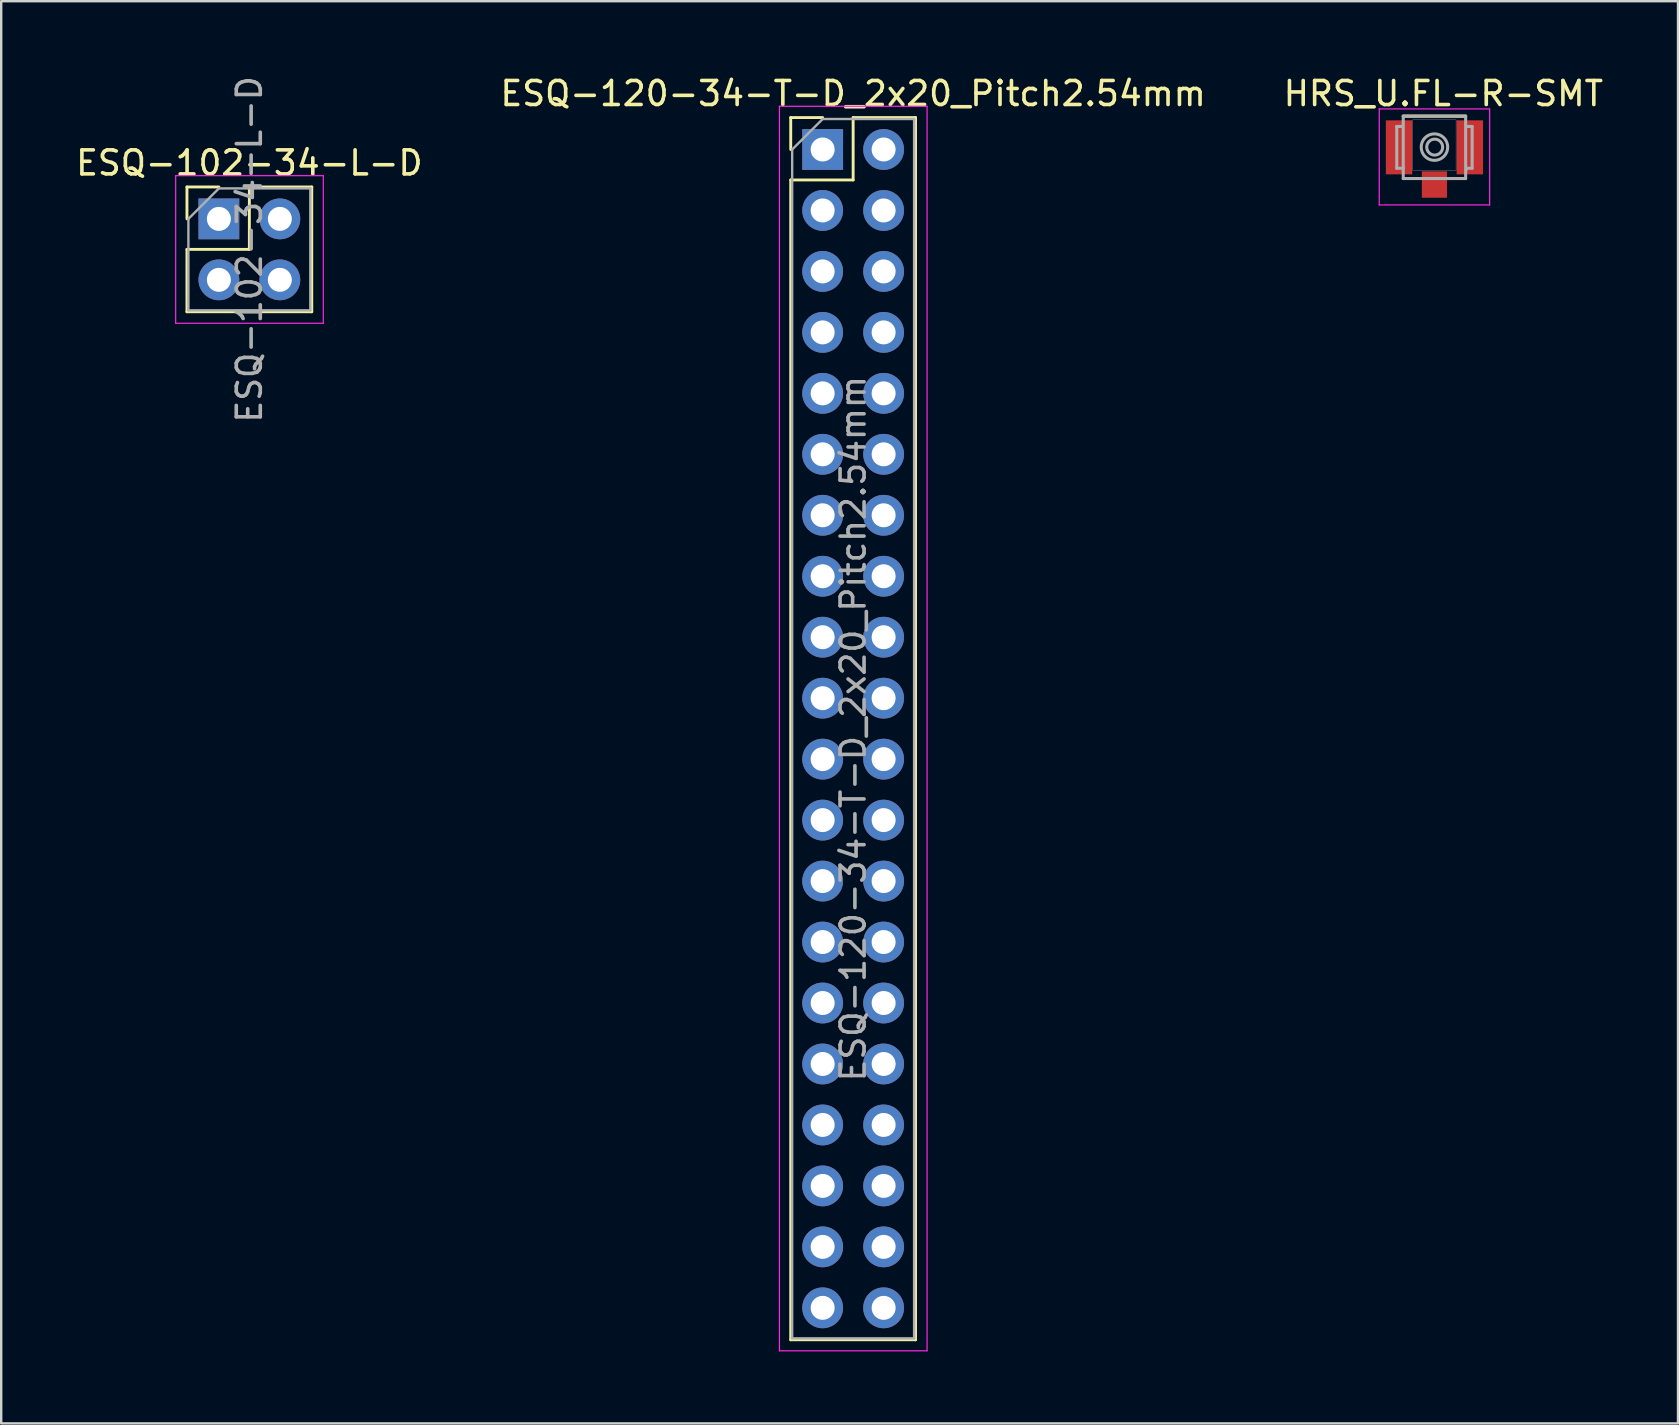
<source format=kicad_pcb>
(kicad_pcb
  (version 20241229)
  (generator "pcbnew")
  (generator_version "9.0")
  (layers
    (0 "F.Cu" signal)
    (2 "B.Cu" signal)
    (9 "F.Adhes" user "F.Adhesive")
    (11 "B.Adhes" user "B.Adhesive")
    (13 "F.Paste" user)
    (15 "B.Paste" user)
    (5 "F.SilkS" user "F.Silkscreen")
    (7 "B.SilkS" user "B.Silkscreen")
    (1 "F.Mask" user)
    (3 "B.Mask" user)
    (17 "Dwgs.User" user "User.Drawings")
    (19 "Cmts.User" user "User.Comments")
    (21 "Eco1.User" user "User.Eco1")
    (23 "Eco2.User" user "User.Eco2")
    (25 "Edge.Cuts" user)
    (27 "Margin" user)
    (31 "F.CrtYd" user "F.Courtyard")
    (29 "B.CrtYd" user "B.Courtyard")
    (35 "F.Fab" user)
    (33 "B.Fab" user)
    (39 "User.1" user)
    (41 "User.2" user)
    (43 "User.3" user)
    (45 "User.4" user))
  (footprint "HRS_U.FL-R-SMT"
    (layer "F.Cu")
    (at 56.713 3.089)
    (property "Reference" "HRS_U.FL-R-SMT" (at 0.371 -2.24 0) (layer "F.SilkS") (effects (font (size 1.001 1.001) (thickness 0.15))))
    (attr through_hole)
    (fp_line (start 1.3 -1.3) (end -1.3 -1.3) (stroke (width 0.127) (type solid)) (layer "F.SilkS"))
    (fp_poly (pts (xy -0.903 -1.15) (xy 0.9 -1.15) (xy 0.9 0.963) (xy -0.903 0.963)) (stroke (width 0.01) (type solid)) (fill no) (layer "Dwgs.User"))
    (fp_line (start -2.3 -1.6) (end -2.3 2.4) (stroke (width 0.05) (type solid)) (layer "F.CrtYd"))
    (fp_line (start -2.3 2.4) (end 2.3 2.4) (stroke (width 0.05) (type solid)) (layer "F.CrtYd"))
    (fp_line (start 2.3 -1.6) (end -2.3 -1.6) (stroke (width 0.05) (type solid)) (layer "F.CrtYd"))
    (fp_line (start 2.3 2.4) (end 2.3 -1.6) (stroke (width 0.05) (type solid)) (layer "F.CrtYd"))
    (fp_line (start -1.57 -0.87) (end -1.57 0.87) (stroke (width 0.127) (type solid)) (layer "F.Fab"))
    (fp_line (start -1.57 -0.87) (end -1.33 -0.87) (stroke (width 0.127) (type solid)) (layer "F.Fab"))
    (fp_line (start -1.57 0.87) (end -1.3 0.87) (stroke (width 0.127) (type solid)) (layer "F.Fab"))
    (fp_line (start -1.33 -0.87) (end -1.33 -0.88) (stroke (width 0.127) (type solid)) (layer "F.Fab"))
    (fp_line (start -1.3 -1.3) (end 1.3 -1.3) (stroke (width 0.127) (type solid)) (layer "F.Fab"))
    (fp_line (start -1.3 0.87) (end -1.3 -1.3) (stroke (width 0.127) (type solid)) (layer "F.Fab"))
    (fp_line (start -1.3 1.3) (end -1.3 0.87) (stroke (width 0.127) (type solid)) (layer "F.Fab"))
    (fp_line (start -1.3 1.3) (end 1.3 1.3) (stroke (width 0.127) (type solid)) (layer "F.Fab"))
    (fp_line (start 1.3 -1.3) (end 1.3 1.3) (stroke (width 0.127) (type solid)) (layer "F.Fab"))
    (fp_line (start 1.34 0.9) (end 1.34 0.91) (stroke (width 0.127) (type solid)) (layer "F.Fab"))
    (fp_line (start 1.38 -0.87) (end 1.57 -0.87) (stroke (width 0.127) (type solid)) (layer "F.Fab"))
    (fp_line (start 1.57 -0.87) (end 1.57 0.87) (stroke (width 0.127) (type solid)) (layer "F.Fab"))
    (fp_line (start 1.57 0.87) (end 1.34 0.87) (stroke (width 0.127) (type solid)) (layer "F.Fab"))
    (fp_circle (center 0 -0.01) (end 0.552 -0.01) (stroke (width 0.127) (type solid)) (fill no) (layer "F.Fab"))
    (fp_circle (center 0.01 -0.01) (end 0.342 -0.01) (stroke (width 0.127) (type solid)) (fill no) (layer "F.Fab"))
    (pad "1" smd rect (at -1.475 0) (size 1.1 2.25) (layers "F.Cu" "F.Mask" "F.Paste"))
    (pad "2" smd rect (at 1.475 0) (size 1.1 2.25) (layers "F.Cu" "F.Mask" "F.Paste"))
    (pad "3" smd rect (at 0 1.55) (size 1.05 1.1) (layers "F.Cu" "F.Mask" "F.Paste")))
  (footprint "ESQ-102-34-L-D"
    (layer "F.Cu")
    (at 6.069 6.069)
    (property "Reference" "ESQ-102-34-L-D" (at 1.27 -2.33 0) (layer "F.SilkS") (effects (font (size 1 1) (thickness 0.15))))
    (attr through_hole)
    (fp_line (start -1.33 -1.33) (end 0 -1.33) (stroke (width 0.12) (type solid)) (layer "F.SilkS"))
    (fp_line (start -1.33 0) (end -1.33 -1.33) (stroke (width 0.12) (type solid)) (layer "F.SilkS"))
    (fp_line (start -1.33 1.27) (end -1.33 3.87) (stroke (width 0.12) (type solid)) (layer "F.SilkS"))
    (fp_line (start -1.33 1.27) (end 1.27 1.27) (stroke (width 0.12) (type solid)) (layer "F.SilkS"))
    (fp_line (start -1.33 3.87) (end 3.87 3.87) (stroke (width 0.12) (type solid)) (layer "F.SilkS"))
    (fp_line (start 1.27 -1.33) (end 3.87 -1.33) (stroke (width 0.12) (type solid)) (layer "F.SilkS"))
    (fp_line (start 1.27 1.27) (end 1.27 -1.33) (stroke (width 0.12) (type solid)) (layer "F.SilkS"))
    (fp_line (start 3.87 -1.33) (end 3.87 3.87) (stroke (width 0.12) (type solid)) (layer "F.SilkS"))
    (fp_line (start -1.8 -1.8) (end -1.8 4.35) (stroke (width 0.05) (type solid)) (layer "F.CrtYd"))
    (fp_line (start -1.8 4.35) (end 4.35 4.35) (stroke (width 0.05) (type solid)) (layer "F.CrtYd"))
    (fp_line (start 4.35 -1.8) (end -1.8 -1.8) (stroke (width 0.05) (type solid)) (layer "F.CrtYd"))
    (fp_line (start 4.35 4.35) (end 4.35 -1.8) (stroke (width 0.05) (type solid)) (layer "F.CrtYd"))
    (fp_line (start -1.27 0) (end 0 -1.27) (stroke (width 0.1) (type solid)) (layer "F.Fab"))
    (fp_line (start -1.27 3.81) (end -1.27 0) (stroke (width 0.1) (type solid)) (layer "F.Fab"))
    (fp_line (start 0 -1.27) (end 3.81 -1.27) (stroke (width 0.1) (type solid)) (layer "F.Fab"))
    (fp_line (start 3.81 -1.27) (end 3.81 3.81) (stroke (width 0.1) (type solid)) (layer "F.Fab"))
    (fp_line (start 3.81 3.81) (end -1.27 3.81) (stroke (width 0.1) (type solid)) (layer "F.Fab"))
    (fp_text user "${REFERENCE}" (at 1.27 1.27 90) (layer "F.Fab") (effects (font (size 1 1) (thickness 0.15))))
    (pad "1" thru_hole rect (at 0 0) (size 1.7 1.7) (drill 1) (layers "*.Cu" "*.Mask"))
    (pad "2" thru_hole oval (at 2.54 0) (size 1.7 1.7) (drill 1) (layers "*.Cu" "*.Mask"))
    (pad "3" thru_hole oval (at 0 2.54) (size 1.7 1.7) (drill 1) (layers "*.Cu" "*.Mask"))
    (pad "4" thru_hole oval (at 2.54 2.54) (size 1.7 1.7) (drill 1) (layers "*.Cu" "*.Mask")))
  (footprint "ESQ-120-34-T-D_2x20_Pitch2.54mm"
    (layer "F.Cu")
    (at 31.224 3.178)
    (property "Reference" "ESQ-120-34-T-D_2x20_Pitch2.54mm" (at 1.27 -2.33 0) (layer "F.SilkS") (effects (font (size 1 1) (thickness 0.15))))
    (attr through_hole)
    (fp_line (start -1.33 -1.33) (end 0 -1.33) (stroke (width 0.12) (type solid)) (layer "F.SilkS"))
    (fp_line (start -1.33 0) (end -1.33 -1.33) (stroke (width 0.12) (type solid)) (layer "F.SilkS"))
    (fp_line (start -1.33 1.27) (end -1.33 49.59) (stroke (width 0.12) (type solid)) (layer "F.SilkS"))
    (fp_line (start -1.33 1.27) (end 1.27 1.27) (stroke (width 0.12) (type solid)) (layer "F.SilkS"))
    (fp_line (start -1.33 49.59) (end 3.87 49.59) (stroke (width 0.12) (type solid)) (layer "F.SilkS"))
    (fp_line (start 1.27 -1.33) (end 3.87 -1.33) (stroke (width 0.12) (type solid)) (layer "F.SilkS"))
    (fp_line (start 1.27 1.27) (end 1.27 -1.33) (stroke (width 0.12) (type solid)) (layer "F.SilkS"))
    (fp_line (start 3.87 -1.33) (end 3.87 49.59) (stroke (width 0.12) (type solid)) (layer "F.SilkS"))
    (fp_line (start -1.8 -1.8) (end -1.8 50.05) (stroke (width 0.05) (type solid)) (layer "F.CrtYd"))
    (fp_line (start -1.8 50.05) (end 4.35 50.05) (stroke (width 0.05) (type solid)) (layer "F.CrtYd"))
    (fp_line (start 4.35 -1.8) (end -1.8 -1.8) (stroke (width 0.05) (type solid)) (layer "F.CrtYd"))
    (fp_line (start 4.35 50.05) (end 4.35 -1.8) (stroke (width 0.05) (type solid)) (layer "F.CrtYd"))
    (fp_line (start -1.27 0) (end 0 -1.27) (stroke (width 0.1) (type solid)) (layer "F.Fab"))
    (fp_line (start -1.27 49.53) (end -1.27 0) (stroke (width 0.1) (type solid)) (layer "F.Fab"))
    (fp_line (start 0 -1.27) (end 3.81 -1.27) (stroke (width 0.1) (type solid)) (layer "F.Fab"))
    (fp_line (start 3.81 -1.27) (end 3.81 49.53) (stroke (width 0.1) (type solid)) (layer "F.Fab"))
    (fp_line (start 3.81 49.53) (end -1.27 49.53) (stroke (width 0.1) (type solid)) (layer "F.Fab"))
    (fp_text user "${REFERENCE}" (at 1.27 24.13 90) (layer "F.Fab") (effects (font (size 1 1) (thickness 0.15))))
    (pad "1" thru_hole rect (at 0 0) (size 1.7 1.7) (drill 1) (layers "*.Cu" "*.Mask"))
    (pad "2" thru_hole oval (at 2.54 0) (size 1.7 1.7) (drill 1) (layers "*.Cu" "*.Mask"))
    (pad "3" thru_hole oval (at 0 2.54) (size 1.7 1.7) (drill 1) (layers "*.Cu" "*.Mask"))
    (pad "4" thru_hole oval (at 2.54 2.54) (size 1.7 1.7) (drill 1) (layers "*.Cu" "*.Mask"))
    (pad "5" thru_hole oval (at 0 5.08) (size 1.7 1.7) (drill 1) (layers "*.Cu" "*.Mask"))
    (pad "6" thru_hole oval (at 2.54 5.08) (size 1.7 1.7) (drill 1) (layers "*.Cu" "*.Mask"))
    (pad "7" thru_hole oval (at 0 7.62) (size 1.7 1.7) (drill 1) (layers "*.Cu" "*.Mask"))
    (pad "8" thru_hole oval (at 2.54 7.62) (size 1.7 1.7) (drill 1) (layers "*.Cu" "*.Mask"))
    (pad "9" thru_hole oval (at 0 10.16) (size 1.7 1.7) (drill 1) (layers "*.Cu" "*.Mask"))
    (pad "10" thru_hole oval (at 2.54 10.16) (size 1.7 1.7) (drill 1) (layers "*.Cu" "*.Mask"))
    (pad "11" thru_hole oval (at 0 12.7) (size 1.7 1.7) (drill 1) (layers "*.Cu" "*.Mask"))
    (pad "12" thru_hole oval (at 2.54 12.7) (size 1.7 1.7) (drill 1) (layers "*.Cu" "*.Mask"))
    (pad "13" thru_hole oval (at 0 15.24) (size 1.7 1.7) (drill 1) (layers "*.Cu" "*.Mask"))
    (pad "14" thru_hole oval (at 2.54 15.24) (size 1.7 1.7) (drill 1) (layers "*.Cu" "*.Mask"))
    (pad "15" thru_hole oval (at 0 17.78) (size 1.7 1.7) (drill 1) (layers "*.Cu" "*.Mask"))
    (pad "16" thru_hole oval (at 2.54 17.78) (size 1.7 1.7) (drill 1) (layers "*.Cu" "*.Mask"))
    (pad "17" thru_hole oval (at 0 20.32) (size 1.7 1.7) (drill 1) (layers "*.Cu" "*.Mask"))
    (pad "18" thru_hole oval (at 2.54 20.32) (size 1.7 1.7) (drill 1) (layers "*.Cu" "*.Mask"))
    (pad "19" thru_hole oval (at 0 22.86) (size 1.7 1.7) (drill 1) (layers "*.Cu" "*.Mask"))
    (pad "20" thru_hole oval (at 2.54 22.86) (size 1.7 1.7) (drill 1) (layers "*.Cu" "*.Mask"))
    (pad "21" thru_hole oval (at 0 25.4) (size 1.7 1.7) (drill 1) (layers "*.Cu" "*.Mask"))
    (pad "22" thru_hole oval (at 2.54 25.4) (size 1.7 1.7) (drill 1) (layers "*.Cu" "*.Mask"))
    (pad "23" thru_hole oval (at 0 27.94) (size 1.7 1.7) (drill 1) (layers "*.Cu" "*.Mask"))
    (pad "24" thru_hole oval (at 2.54 27.94) (size 1.7 1.7) (drill 1) (layers "*.Cu" "*.Mask"))
    (pad "25" thru_hole oval (at 0 30.48) (size 1.7 1.7) (drill 1) (layers "*.Cu" "*.Mask"))
    (pad "26" thru_hole oval (at 2.54 30.48) (size 1.7 1.7) (drill 1) (layers "*.Cu" "*.Mask"))
    (pad "27" thru_hole oval (at 0 33.02) (size 1.7 1.7) (drill 1) (layers "*.Cu" "*.Mask"))
    (pad "28" thru_hole oval (at 2.54 33.02) (size 1.7 1.7) (drill 1) (layers "*.Cu" "*.Mask"))
    (pad "29" thru_hole oval (at 0 35.56) (size 1.7 1.7) (drill 1) (layers "*.Cu" "*.Mask"))
    (pad "30" thru_hole oval (at 2.54 35.56) (size 1.7 1.7) (drill 1) (layers "*.Cu" "*.Mask"))
    (pad "31" thru_hole oval (at 0 38.1) (size 1.7 1.7) (drill 1) (layers "*.Cu" "*.Mask"))
    (pad "32" thru_hole oval (at 2.54 38.1) (size 1.7 1.7) (drill 1) (layers "*.Cu" "*.Mask"))
    (pad "33" thru_hole oval (at 0 40.64) (size 1.7 1.7) (drill 1) (layers "*.Cu" "*.Mask"))
    (pad "34" thru_hole oval (at 2.54 40.64) (size 1.7 1.7) (drill 1) (layers "*.Cu" "*.Mask"))
    (pad "35" thru_hole oval (at 0 43.18) (size 1.7 1.7) (drill 1) (layers "*.Cu" "*.Mask"))
    (pad "36" thru_hole oval (at 2.54 43.18) (size 1.7 1.7) (drill 1) (layers "*.Cu" "*.Mask"))
    (pad "37" thru_hole oval (at 0 45.72) (size 1.7 1.7) (drill 1) (layers "*.Cu" "*.Mask"))
    (pad "38" thru_hole oval (at 2.54 45.72) (size 1.7 1.7) (drill 1) (layers "*.Cu" "*.Mask"))
    (pad "39" thru_hole oval (at 0 48.26) (size 1.7 1.7) (drill 1) (layers "*.Cu" "*.Mask"))
    (pad "40" thru_hole oval (at 2.54 48.26) (size 1.7 1.7) (drill 1) (layers "*.Cu" "*.Mask")))
  (gr_rect
    (start -3 -3)
    (end 66.86 56.253)
    (stroke (width 0.1) (type default))
    (fill no)
    (layer "Edge.Cuts")))
</source>
